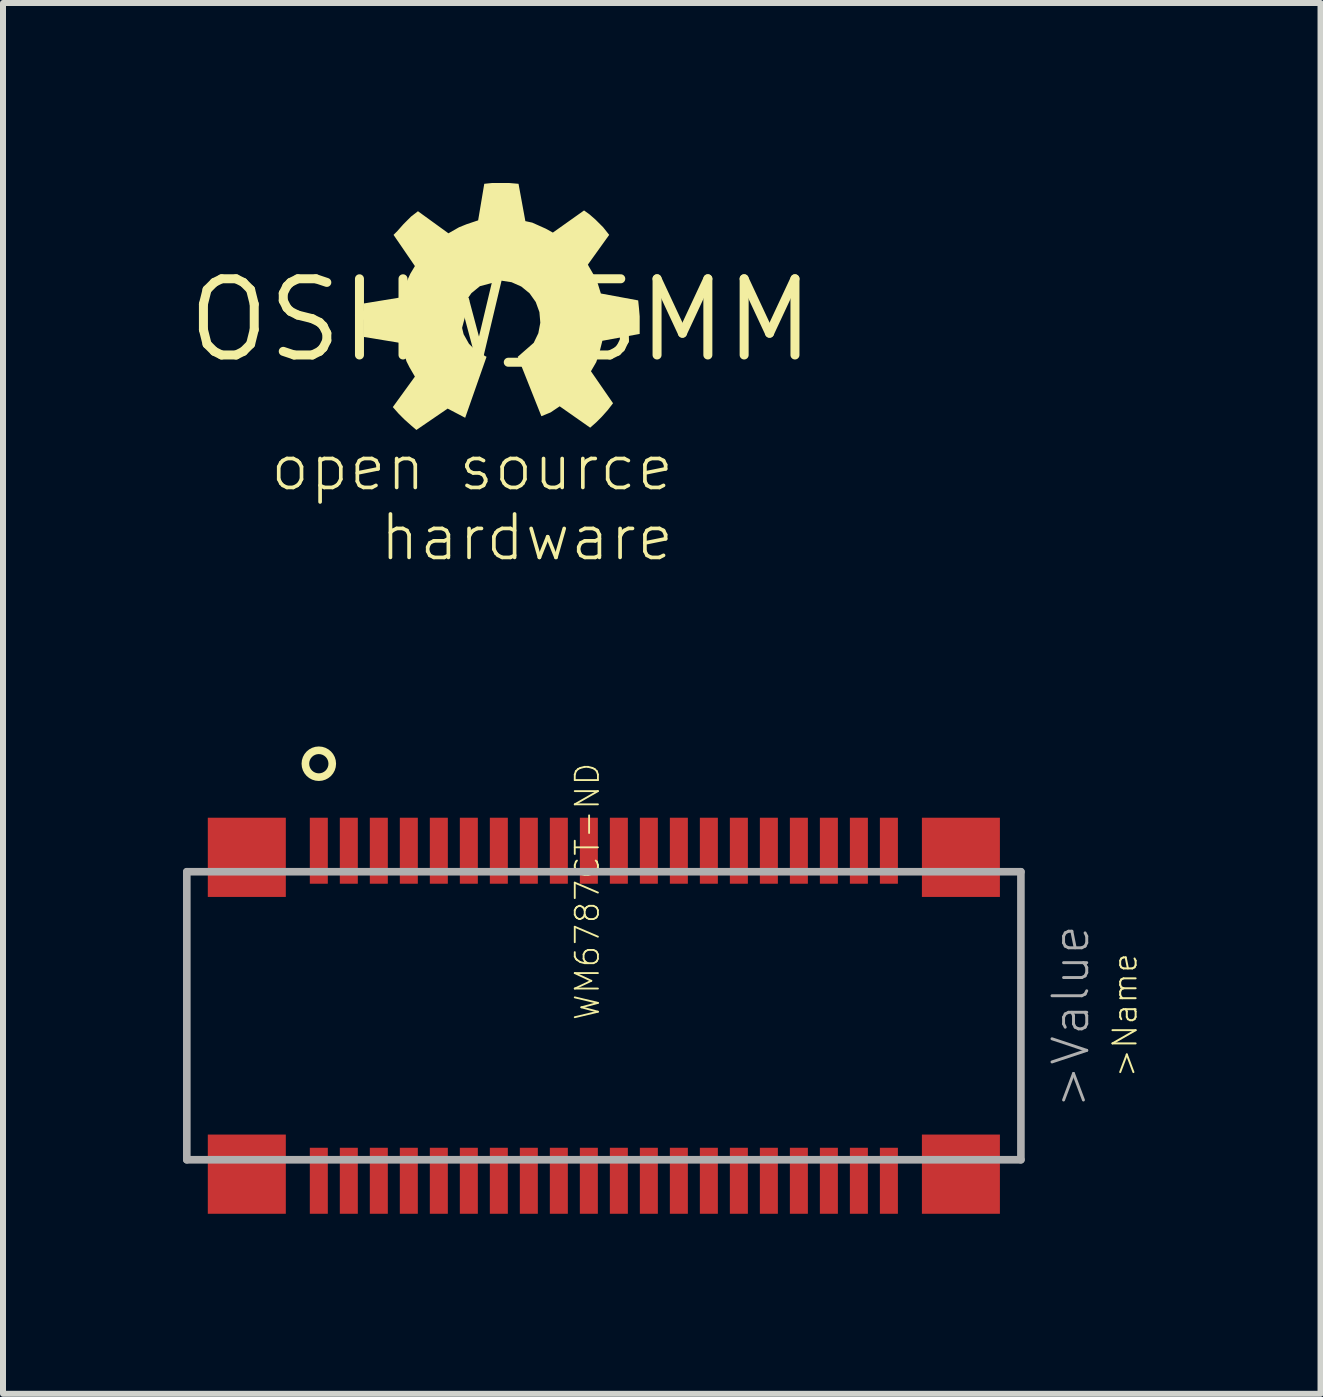
<source format=kicad_pcb>
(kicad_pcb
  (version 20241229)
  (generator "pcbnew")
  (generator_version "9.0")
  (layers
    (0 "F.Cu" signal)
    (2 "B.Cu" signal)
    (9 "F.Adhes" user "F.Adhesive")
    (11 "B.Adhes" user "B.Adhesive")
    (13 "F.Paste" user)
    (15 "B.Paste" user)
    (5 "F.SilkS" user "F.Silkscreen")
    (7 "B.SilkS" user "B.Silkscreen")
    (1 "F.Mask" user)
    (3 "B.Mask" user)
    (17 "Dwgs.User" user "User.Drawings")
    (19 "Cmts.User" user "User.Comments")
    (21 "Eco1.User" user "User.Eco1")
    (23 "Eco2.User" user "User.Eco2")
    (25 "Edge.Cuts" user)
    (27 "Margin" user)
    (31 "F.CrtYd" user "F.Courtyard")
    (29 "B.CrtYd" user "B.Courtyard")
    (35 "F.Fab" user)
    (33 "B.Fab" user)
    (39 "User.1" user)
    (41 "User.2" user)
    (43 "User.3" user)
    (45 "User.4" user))
  (footprint "WM6787CT-ND"
    (layer "F.Cu")
    (at 6.963 13.977)
    (property "Reference" "WM6787CT-ND" (at 0 0 270) (layer "F.SilkS") (effects (font (size 0.386 0.386) (thickness 0.031)) (justify left bottom)))
    (attr through_hole)
    (fp_circle (center -4.7 -4.3) (end -4.476 -4.3) (stroke (width 0.127) (type solid)) (fill no) (layer "F.SilkS"))
    (fp_line (start -6.9 -2.5) (end -6.9 2.3) (stroke (width 0.127) (type solid)) (layer "F.Fab"))
    (fp_line (start -6.9 2.3) (end 7 2.3) (stroke (width 0.127) (type solid)) (layer "F.Fab"))
    (fp_line (start 7 -2.5) (end -6.9 -2.5) (stroke (width 0.127) (type solid)) (layer "F.Fab"))
    (fp_line (start 7 2.3) (end 7 -2.5) (stroke (width 0.127) (type solid)) (layer "F.Fab"))
    (fp_text user ">Name" (at 8.509 -1.168 90) (layer "F.SilkS") (effects (font (size 0.386 0.386) (thickness 0.033)) (justify right top)))
    (fp_text user ">Value" (at 7.493 -1.651 90) (layer "F.Fab") (effects (font (size 0.579 0.579) (thickness 0.049)) (justify right top)))
    (pad "P$1" smd rect (at -4.7 -2.85 90) (size 1.1 0.3) (layers "F.Cu" "F.Mask" "F.Paste"))
    (pad "P$2" smd rect (at -4.7 2.65 90) (size 1.1 0.3) (layers "F.Cu" "F.Mask" "F.Paste"))
    (pad "P$3" smd rect (at -4.2 -2.85 90) (size 1.1 0.3) (layers "F.Cu" "F.Mask" "F.Paste"))
    (pad "P$4" smd rect (at -4.2 2.65 90) (size 1.1 0.3) (layers "F.Cu" "F.Mask" "F.Paste"))
    (pad "P$5" smd rect (at -3.7 -2.85 90) (size 1.1 0.3) (layers "F.Cu" "F.Mask" "F.Paste"))
    (pad "P$6" smd rect (at -3.7 2.65 90) (size 1.1 0.3) (layers "F.Cu" "F.Mask" "F.Paste"))
    (pad "P$7" smd rect (at -3.2 -2.85 90) (size 1.1 0.3) (layers "F.Cu" "F.Mask" "F.Paste"))
    (pad "P$8" smd rect (at -3.2 2.65 90) (size 1.1 0.3) (layers "F.Cu" "F.Mask" "F.Paste"))
    (pad "P$9" smd rect (at -2.7 -2.85 90) (size 1.1 0.3) (layers "F.Cu" "F.Mask" "F.Paste"))
    (pad "P$10" smd rect (at -2.7 2.65 90) (size 1.1 0.3) (layers "F.Cu" "F.Mask" "F.Paste"))
    (pad "P$11" smd rect (at -2.2 -2.85 90) (size 1.1 0.3) (layers "F.Cu" "F.Mask" "F.Paste"))
    (pad "P$12" smd rect (at -2.2 2.65 90) (size 1.1 0.3) (layers "F.Cu" "F.Mask" "F.Paste"))
    (pad "P$13" smd rect (at -1.7 -2.85 90) (size 1.1 0.3) (layers "F.Cu" "F.Mask" "F.Paste"))
    (pad "P$14" smd rect (at -1.7 2.65 90) (size 1.1 0.3) (layers "F.Cu" "F.Mask" "F.Paste"))
    (pad "P$15" smd rect (at -1.2 -2.85 90) (size 1.1 0.3) (layers "F.Cu" "F.Mask" "F.Paste"))
    (pad "P$16" smd rect (at -1.2 2.65 90) (size 1.1 0.3) (layers "F.Cu" "F.Mask" "F.Paste"))
    (pad "P$17" smd rect (at -0.7 -2.85 90) (size 1.1 0.3) (layers "F.Cu" "F.Mask" "F.Paste"))
    (pad "P$18" smd rect (at -0.7 2.65 90) (size 1.1 0.3) (layers "F.Cu" "F.Mask" "F.Paste"))
    (pad "P$19" smd rect (at -0.2 -2.85 90) (size 1.1 0.3) (layers "F.Cu" "F.Mask" "F.Paste"))
    (pad "P$20" smd rect (at -0.2 2.65 90) (size 1.1 0.3) (layers "F.Cu" "F.Mask" "F.Paste"))
    (pad "P$21" smd rect (at 0.3 -2.85 90) (size 1.1 0.3) (layers "F.Cu" "F.Mask" "F.Paste"))
    (pad "P$22" smd rect (at 0.3 2.65 90) (size 1.1 0.3) (layers "F.Cu" "F.Mask" "F.Paste"))
    (pad "P$23" smd rect (at 0.8 -2.85 90) (size 1.1 0.3) (layers "F.Cu" "F.Mask" "F.Paste"))
    (pad "P$24" smd rect (at 0.8 2.65 90) (size 1.1 0.3) (layers "F.Cu" "F.Mask" "F.Paste"))
    (pad "P$25" smd rect (at 1.3 -2.85 90) (size 1.1 0.3) (layers "F.Cu" "F.Mask" "F.Paste"))
    (pad "P$26" smd rect (at 1.3 2.65 90) (size 1.1 0.3) (layers "F.Cu" "F.Mask" "F.Paste"))
    (pad "P$27" smd rect (at 1.8 -2.85 90) (size 1.1 0.3) (layers "F.Cu" "F.Mask" "F.Paste"))
    (pad "P$28" smd rect (at 1.8 2.65 90) (size 1.1 0.3) (layers "F.Cu" "F.Mask" "F.Paste"))
    (pad "P$29" smd rect (at 2.3 -2.85 90) (size 1.1 0.3) (layers "F.Cu" "F.Mask" "F.Paste"))
    (pad "P$30" smd rect (at 2.3 2.65 90) (size 1.1 0.3) (layers "F.Cu" "F.Mask" "F.Paste"))
    (pad "P$31" smd rect (at 2.8 -2.85 90) (size 1.1 0.3) (layers "F.Cu" "F.Mask" "F.Paste"))
    (pad "P$32" smd rect (at 2.8 2.65 90) (size 1.1 0.3) (layers "F.Cu" "F.Mask" "F.Paste"))
    (pad "P$33" smd rect (at 3.3 -2.85 90) (size 1.1 0.3) (layers "F.Cu" "F.Mask" "F.Paste"))
    (pad "P$34" smd rect (at 3.3 2.65 90) (size 1.1 0.3) (layers "F.Cu" "F.Mask" "F.Paste"))
    (pad "P$35" smd rect (at 3.8 -2.85 90) (size 1.1 0.3) (layers "F.Cu" "F.Mask" "F.Paste"))
    (pad "P$36" smd rect (at 3.8 2.65 90) (size 1.1 0.3) (layers "F.Cu" "F.Mask" "F.Paste"))
    (pad "P$37" smd rect (at 4.3 -2.85 90) (size 1.1 0.3) (layers "F.Cu" "F.Mask" "F.Paste"))
    (pad "P$38" smd rect (at 4.3 2.65 90) (size 1.1 0.3) (layers "F.Cu" "F.Mask" "F.Paste"))
    (pad "P$39" smd rect (at 4.8 -2.85 90) (size 1.1 0.3) (layers "F.Cu" "F.Mask" "F.Paste"))
    (pad "P$40" smd rect (at 4.8 2.65 90) (size 1.1 0.3) (layers "F.Cu" "F.Mask" "F.Paste"))
    (pad "P$41" smd rect (at -5.9 -2.74 90) (size 1.32 1.3) (layers "F.Cu" "F.Mask" "F.Paste"))
    (pad "P$42" smd rect (at -5.9 2.54 90) (size 1.32 1.3) (layers "F.Cu" "F.Mask" "F.Paste"))
    (pad "P$43" smd rect (at 6 -2.74 270) (size 1.32 1.3) (layers "F.Cu" "F.Mask" "F.Paste"))
    (pad "P$44" smd rect (at 6 2.54 90) (size 1.32 1.3) (layers "F.Cu" "F.Mask" "F.Paste")))
  (footprint "OSHW_5MM"
    (layer "F.Cu")
    (at 5.299 2.286)
    (property "Reference" "OSHW_5MM" (at 0 0 0) (layer "F.SilkS") (effects (font (size 1.27 1.27) (thickness 0.15))))
    (attr through_hole)
    (fp_poly (pts (xy -0.241 0.61) (xy -0.402 0.522) (xy -0.533 0.394) (xy -0.623 0.234) (xy -0.666 0.056) (xy -0.657 -0.127) (xy -0.598 -0.301) (xy -0.493 -0.451) (xy -0.351 -0.567) (xy 0 -0.66) (xy 0.000001 -0.66) (xy 0.176 -0.633) (xy 0.338 -0.561) (xy 0.476 -0.448) (xy 0.579 -0.303) (xy 0.64 -0.135) (xy 0.655 0.042) (xy 0.622 0.217) (xy 0.545 0.377) (xy 0.279 0.61) (xy 0.673 1.6) (xy 0.826 1.537) (xy 0.978 1.435) (xy 1.486 1.791) (xy 1.587 1.702) (xy 1.676 1.613) (xy 1.778 1.499) (xy 1.867 1.384) (xy 1.499 0.851) (xy 1.587 0.699) (xy 1.638 0.546) (xy 1.689 0.343) (xy 2.311 0.229) (xy 2.311 0.051) (xy 2.311 -0.064) (xy 2.299 -0.203) (xy 2.286 -0.33) (xy 1.664 -0.445) (xy 1.613 -0.61) (xy 1.549 -0.749) (xy 1.46 -0.902) (xy 1.448 -0.927) (xy 1.803 -1.422) (xy 1.702 -1.549) (xy 1.575 -1.676) (xy 1.473 -1.765) (xy 1.384 -1.829) (xy 0.864 -1.46) (xy 0.749 -1.524) (xy 0.635 -1.575) (xy 0.521 -1.626) (xy 0.406 -1.651) (xy 0.292 -2.273) (xy 0.14 -2.286) (xy -0.038 -2.286) (xy -0.152 -2.286) (xy -0.279 -2.273) (xy -0.381 -1.664) (xy -0.572 -1.6) (xy -0.699 -1.549) (xy -0.876 -1.448) (xy -1.384 -1.816) (xy -1.499 -1.727) (xy -1.626 -1.6) (xy -1.727 -1.486) (xy -1.791 -1.422) (xy -1.435 -0.902) (xy -1.511 -0.775) (xy -1.587 -0.61) (xy -1.626 -0.47) (xy -1.664 -0.381) (xy -2.286 -0.279) (xy -2.286 0.279) (xy -1.664 0.381) (xy -1.613 0.559) (xy -1.575 0.686) (xy -1.524 0.787) (xy -1.435 0.94) (xy -1.803 1.448) (xy -1.702 1.562) (xy -1.613 1.651) (xy -1.499 1.753) (xy -1.41 1.829) (xy -0.889 1.473) (xy -0.597 1.626)) (stroke (width 0) (type solid)) (fill yes) (layer "F.SilkS"))
    (fp_text user "open source\n  hardware" (at 2.921 2.032 0) (layer "F.SilkS") (effects (font (size 0.724 0.724) (thickness 0.061)) (justify right top))))
  (gr_rect
    (start -3 -3)
    (end 18.956 20.177)
    (stroke (width 0.1) (type default))
    (fill no)
    (layer "Edge.Cuts")))
</source>
